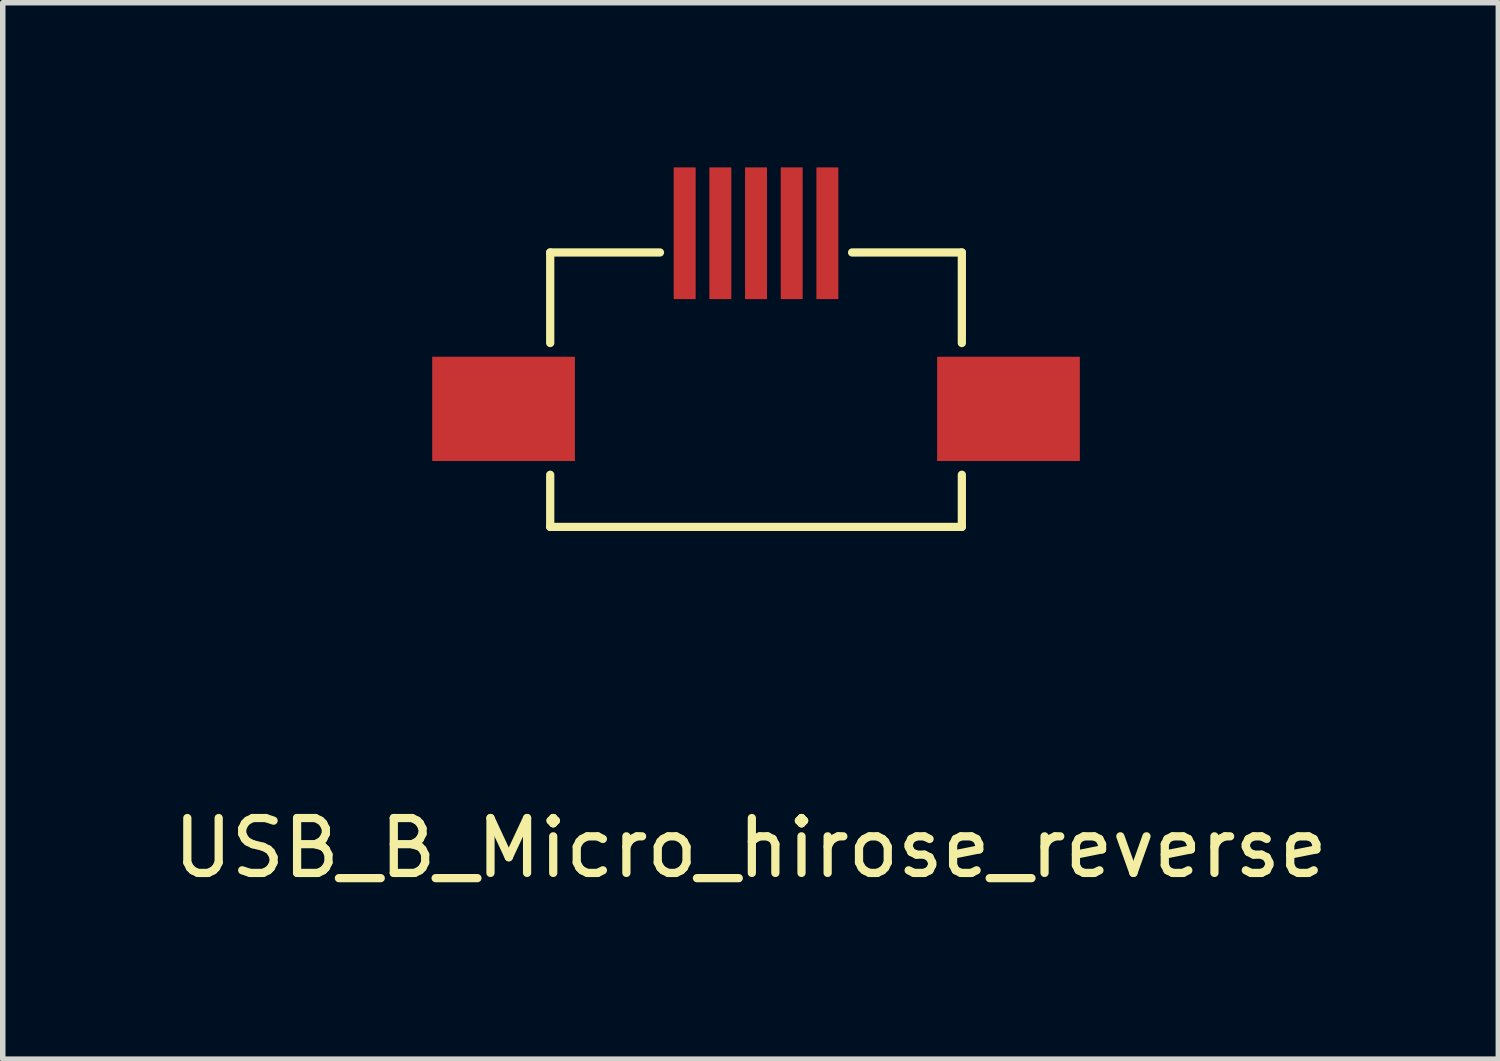
<source format=kicad_pcb>
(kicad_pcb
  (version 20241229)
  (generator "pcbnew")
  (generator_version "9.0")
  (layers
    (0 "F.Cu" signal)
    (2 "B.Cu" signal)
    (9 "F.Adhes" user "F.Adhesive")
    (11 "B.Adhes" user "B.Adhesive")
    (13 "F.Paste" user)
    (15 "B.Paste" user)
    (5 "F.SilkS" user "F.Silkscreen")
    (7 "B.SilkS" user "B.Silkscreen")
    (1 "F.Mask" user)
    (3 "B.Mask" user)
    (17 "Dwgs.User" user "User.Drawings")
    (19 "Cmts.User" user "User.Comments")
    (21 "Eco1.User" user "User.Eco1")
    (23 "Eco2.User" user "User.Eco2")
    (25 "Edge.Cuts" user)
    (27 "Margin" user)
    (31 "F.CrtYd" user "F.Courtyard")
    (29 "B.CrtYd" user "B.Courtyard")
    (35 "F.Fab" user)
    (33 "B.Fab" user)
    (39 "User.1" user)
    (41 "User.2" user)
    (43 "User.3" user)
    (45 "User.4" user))
  (footprint "USB_B_Micro_hirose_reverse"
    (layer "F.Cu")
    (at 10.725 4.4)
    (property "Reference" "USB_B_Micro_hirose_reverse" (at -0.1 8 0) (layer "F.SilkS") (effects (font (size 1 1) (thickness 0.15))))
    (attr through_hole)
    (fp_line (start -3.75 -2.85) (end -3.75 -1.2) (stroke (width 0.15) (type solid)) (layer "F.SilkS"))
    (fp_line (start -3.75 -2.85) (end -1.75 -2.85) (stroke (width 0.15) (type solid)) (layer "F.SilkS"))
    (fp_line (start -3.75 2.15) (end -3.75 1.2) (stroke (width 0.15) (type solid)) (layer "F.SilkS"))
    (fp_line (start 1.75 -2.85) (end 3.75 -2.85) (stroke (width 0.15) (type solid)) (layer "F.SilkS"))
    (fp_line (start 3.75 -2.85) (end 3.75 -1.2) (stroke (width 0.15) (type solid)) (layer "F.SilkS"))
    (fp_line (start 3.75 1.2) (end 3.75 2.15) (stroke (width 0.15) (type solid)) (layer "F.SilkS"))
    (fp_line (start 3.75 2.15) (end -3.75 2.15) (stroke (width 0.15) (type solid)) (layer "F.SilkS"))
    (pad "1" smd rect (at 1.3 -3.2) (size 0.4 2.4) (layers "F.Cu" "F.Mask" "F.Paste"))
    (pad "2" smd rect (at 0.65 -3.2) (size 0.4 2.4) (layers "F.Cu" "F.Mask" "F.Paste"))
    (pad "3" smd rect (at 0 -3.2) (size 0.4 2.4) (layers "F.Cu" "F.Mask" "F.Paste"))
    (pad "4" smd rect (at -0.65 -3.2) (size 0.4 2.4) (layers "F.Cu" "F.Mask" "F.Paste"))
    (pad "5" smd rect (at -1.3 -3.2) (size 0.4 2.4) (layers "F.Cu" "F.Mask" "F.Paste"))
    (pad "6" smd rect (at -4.6 0) (size 2.6 1.9) (layers "F.Cu" "F.Mask" "F.Paste"))
    (pad "7" smd rect (at 4.6 0) (size 2.6 1.9) (layers "F.Cu" "F.Mask" "F.Paste")))
  (gr_rect
    (start -3 -3)
    (end 24.25 16.248)
    (stroke (width 0.1) (type default))
    (fill no)
    (layer "Edge.Cuts")))
</source>
